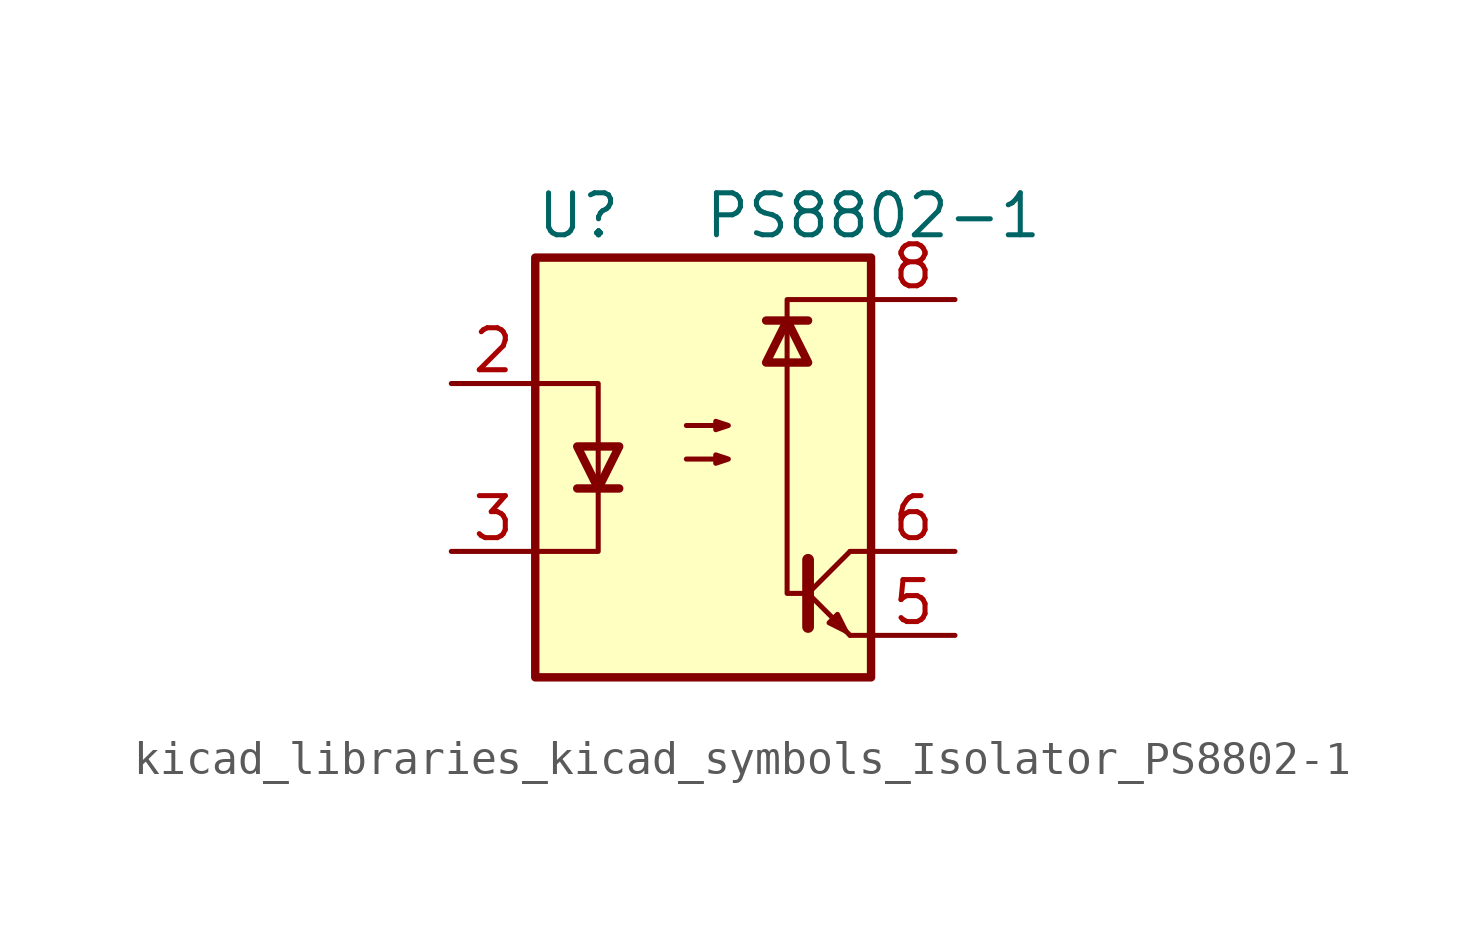
<source format=kicad_sym>
(kicad_symbol_lib
  (version 20220914)
  (generator kicad_symbol_editor)
  (symbol "kicad_libraries_kicad_symbols_Isolator_PS8802-1"
    (pin_names hide)
    (property "Reference" "U"
      (at -5.08 7.62 0)
      (effects (font (size 1.27 1.27)) (justify left)))
    (property "Value" "PS8802-1"
      (at 0 7.62 0)
      (effects (font (size 1.27 1.27)) (justify left)))
    (symbol "kicad_libraries_kicad_symbols_Isolator_PS8802-1_0_1"
      (rectangle (start -5.08 6.35) (end 5.08 -6.35) (stroke (width 0.254) (type default)) (fill (type background)))
      (polyline (pts (xy -3.81 -0.635) (xy -2.54 -0.635)) (stroke (width 0.254) (type default)) (fill (type none)))
      (polyline (pts (xy 1.905 4.445) (xy 3.175 4.445)) (stroke (width 0.254) (type default)) (fill (type none)))
      (polyline (pts (xy 3.175 -2.794) (xy 3.175 -4.826)) (stroke (width 0.356) (type default)) (fill (type none)))
      (polyline (pts (xy 3.302 -3.937) (xy 4.445 -5.08)) (stroke (width 0) (type default)) (fill (type none)))
      (polyline (pts (xy 3.302 -3.683) (xy 4.445 -2.54)) (stroke (width 0) (type default)) (fill (type none)))
      (polyline (pts (xy 5.08 -5.08) (xy 4.445 -5.08)) (stroke (width 0) (type default)) (fill (type none)))
      (polyline (pts (xy 5.08 -2.54) (xy 4.445 -2.54)) (stroke (width 0) (type default)) (fill (type none)))
      (polyline (pts (xy -5.08 2.54) (xy -3.175 2.54) (xy -3.175 -2.54) (xy -5.08 -2.54)) (stroke (width 0) (type default)) (fill (type none)))
      (polyline (pts (xy -3.175 -0.635) (xy -3.81 0.635) (xy -2.54 0.635) (xy -3.175 -0.635)) (stroke (width 0.254) (type default)) (fill (type none)))
      (polyline (pts (xy 2.54 4.445) (xy 1.905 3.175) (xy 3.175 3.175) (xy 2.54 4.445)) (stroke (width 0.254) (type default)) (fill (type none)))
      (polyline (pts (xy 4.318 -4.953) (xy 4.064 -4.445) (xy 3.81 -4.699) (xy 4.318 -4.953)) (stroke (width 0) (type default)) (fill (type none)))
      (polyline (pts (xy -0.508 0.254) (xy 0.762 0.254) (xy 0.381 0.127) (xy 0.381 0.381) (xy 0.762 0.254)) (stroke (width 0) (type default)) (fill (type none)))
      (polyline (pts (xy -0.508 1.27) (xy 0.762 1.27) (xy 0.381 1.143) (xy 0.381 1.397) (xy 0.762 1.27)) (stroke (width 0) (type default)) (fill (type none)))
      (polyline (pts (xy 5.08 5.08) (xy 2.54 5.08) (xy 2.54 1.905) (xy 2.54 -3.81) (xy 3.175 -3.81)) (stroke (width 0) (type default)) (fill (type none))))
    (symbol "kicad_libraries_kicad_symbols_Isolator_PS8802-1_1_1"
      (pin no_connect line (at -5.08 5.08 0) (length 2.54) hide (name "NC" (effects (font (size 1.27 1.27)))) (number "1" (effects (font (size 1.27 1.27)))))
      (pin passive line (at -7.62 2.54 0) (length 2.54) (name "A" (effects (font (size 1.27 1.27)))) (number "2" (effects (font (size 1.27 1.27)))))
      (pin passive line (at -7.62 -2.54 0) (length 2.54) (name "C" (effects (font (size 1.27 1.27)))) (number "3" (effects (font (size 1.27 1.27)))))
      (pin no_connect line (at -5.08 -5.08 0) (length 2.54) hide (name "NC" (effects (font (size 1.27 1.27)))) (number "4" (effects (font (size 1.27 1.27)))))
      (pin passive line (at 7.62 -5.08 180) (length 2.54) (name "GND" (effects (font (size 1.27 1.27)))) (number "5" (effects (font (size 1.27 1.27)))))
      (pin passive line (at 7.62 -2.54 180) (length 2.54) (name "VO" (effects (font (size 1.27 1.27)))) (number "6" (effects (font (size 1.27 1.27)))))
      (pin no_connect line (at 5.08 2.54 180) (length 2.54) hide (name "NC" (effects (font (size 1.27 1.27)))) (number "7" (effects (font (size 1.27 1.27)))))
      (pin passive line (at 7.62 5.08 180) (length 2.54) (name "VCC" (effects (font (size 1.27 1.27)))) (number "8" (effects (font (size 1.27 1.27))))))))
</source>
